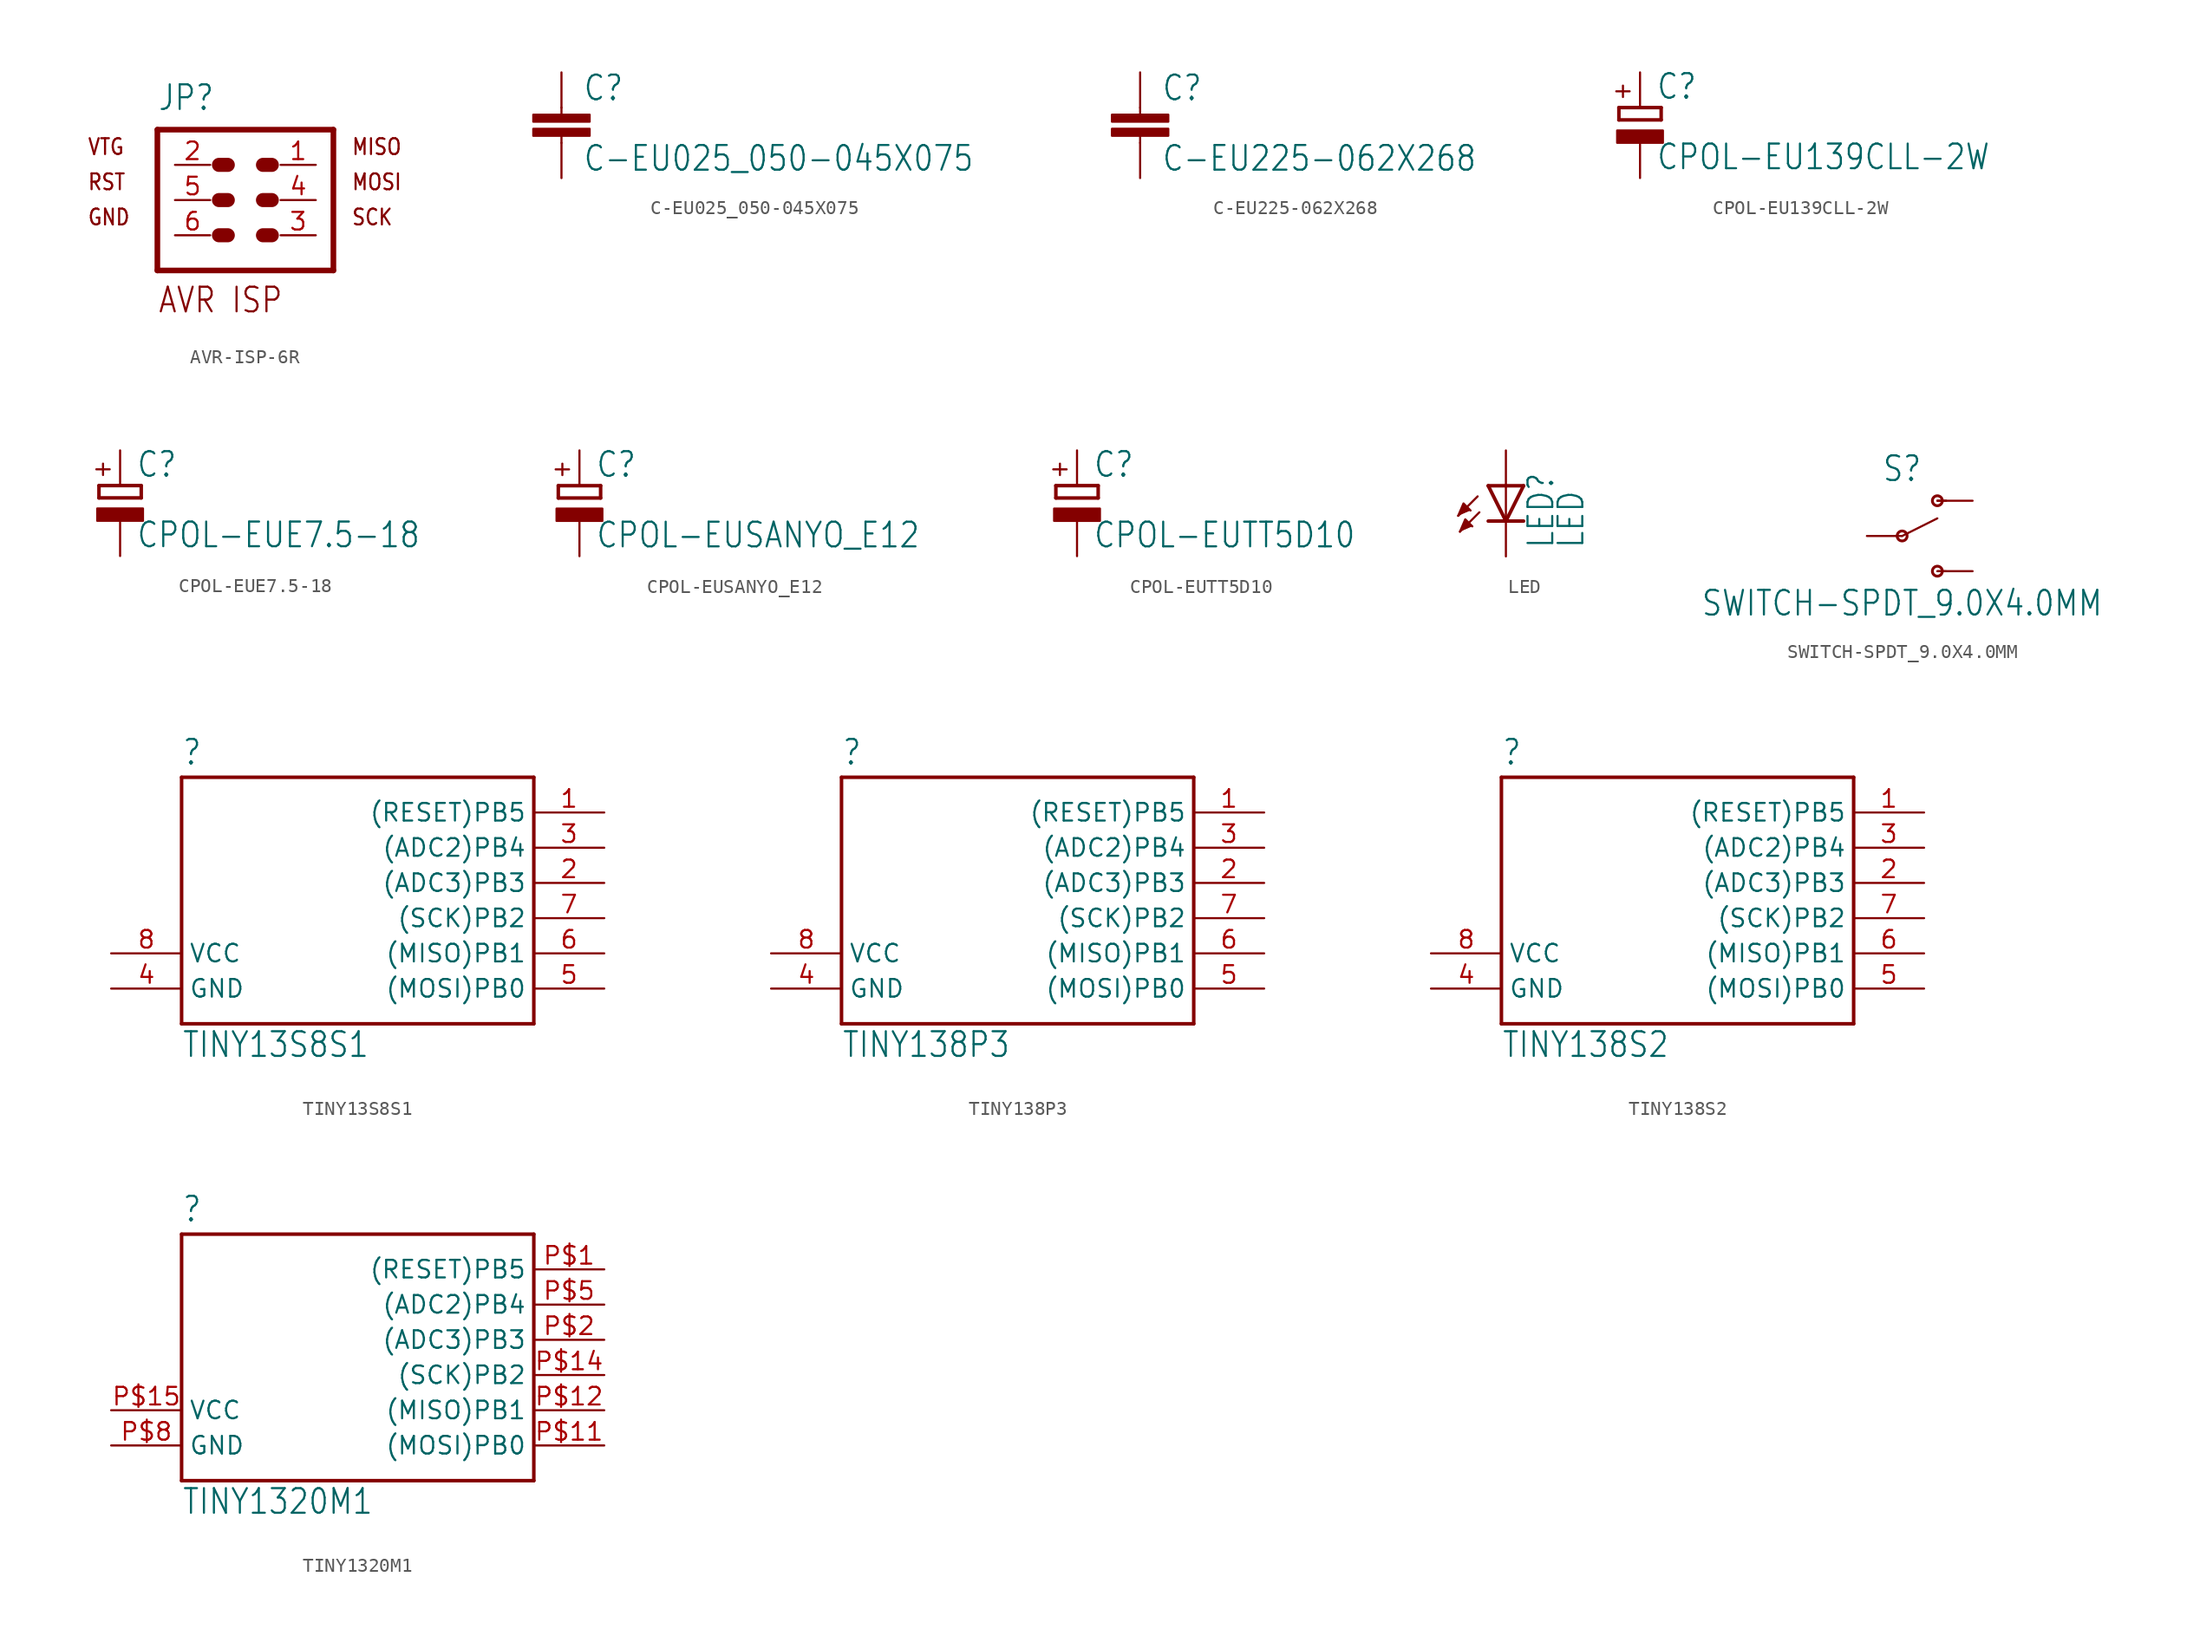
<source format=kicad_sym>
(kicad_symbol_lib
  (version 20211014)
  (generator kicad_symbol_editor)
  (symbol "AVR-ISP-6R"
    (property "Reference" "JP"
      (at -6.35 6.35 0)
      (effects (font (size 1.778 1.511)) (justify left bottom)))
    (property "ki_locked" ""
      (at 0 0 0)
      (effects (font (size 1.27 1.27))))
    (symbol "AVR-ISP-6R_1_0"
      (polyline (pts (xy -6.35 -5.08) (xy 6.35 -5.08)) (stroke (width 0.406) (type default) (color 0 0 0 0)) (fill (type none)))
      (polyline (pts (xy -6.35 5.08) (xy -6.35 -5.08)) (stroke (width 0.406) (type default) (color 0 0 0 0)) (fill (type none)))
      (polyline (pts (xy -1.905 -2.54) (xy -1.27 -2.54)) (stroke (width 1.016) (type default) (color 0 0 0 0)) (fill (type none)))
      (polyline (pts (xy -1.905 0) (xy -1.27 0)) (stroke (width 1.016) (type default) (color 0 0 0 0)) (fill (type none)))
      (polyline (pts (xy -1.905 2.54) (xy -1.27 2.54)) (stroke (width 1.016) (type default) (color 0 0 0 0)) (fill (type none)))
      (polyline (pts (xy 1.27 -2.54) (xy 1.905 -2.54)) (stroke (width 1.016) (type default) (color 0 0 0 0)) (fill (type none)))
      (polyline (pts (xy 1.27 0) (xy 1.905 0)) (stroke (width 1.016) (type default) (color 0 0 0 0)) (fill (type none)))
      (polyline (pts (xy 1.27 2.54) (xy 1.905 2.54)) (stroke (width 1.016) (type default) (color 0 0 0 0)) (fill (type none)))
      (polyline (pts (xy 6.35 -5.08) (xy 6.35 5.08)) (stroke (width 0.406) (type default) (color 0 0 0 0)) (fill (type none)))
      (polyline (pts (xy 6.35 5.08) (xy -6.35 5.08)) (stroke (width 0.406) (type default) (color 0 0 0 0)) (fill (type none)))
      (text "AVR ISP" (at -6.35 -8.255 0) (effects (font (size 1.778 1.511)) (justify left bottom)))
      (text "GND" (at -11.43 -1.905 0) (effects (font (size 1.143 0.972)) (justify left bottom)))
      (text "MISO" (at 7.62 3.175 0) (effects (font (size 1.143 0.972)) (justify left bottom)))
      (text "MOSI" (at 7.62 0.635 0) (effects (font (size 1.143 0.972)) (justify left bottom)))
      (text "RST" (at -11.43 0.635 0) (effects (font (size 1.143 0.972)) (justify left bottom)))
      (text "SCK" (at 7.62 -1.905 0) (effects (font (size 1.143 0.972)) (justify left bottom)))
      (text "VTG" (at -11.43 3.175 0) (effects (font (size 1.143 0.972)) (justify left bottom)))
      (pin passive line (at 5.08 2.54 180) (length 2.54) (name "1" (effects (font (size 0 0)))) (number "1" (effects (font (size 1.27 1.27)))))
      (pin passive line (at -5.08 2.54 0) (length 2.54) (name "2" (effects (font (size 0 0)))) (number "2" (effects (font (size 1.27 1.27)))))
      (pin passive line (at 5.08 -2.54 180) (length 2.54) (name "3" (effects (font (size 0 0)))) (number "3" (effects (font (size 1.27 1.27)))))
      (pin passive line (at 5.08 0 180) (length 2.54) (name "4" (effects (font (size 0 0)))) (number "4" (effects (font (size 1.27 1.27)))))
      (pin passive line (at -5.08 0 0) (length 2.54) (name "5" (effects (font (size 0 0)))) (number "5" (effects (font (size 1.27 1.27)))))
      (pin passive line (at -5.08 -2.54 0) (length 2.54) (name "6" (effects (font (size 0 0)))) (number "6" (effects (font (size 1.27 1.27)))))))
  (symbol "C-EU025_050-045X075"
    (property "Reference" "C"
      (at 1.524 0.381 0)
      (effects (font (size 1.778 1.511)) (justify left bottom)))
    (property "Value" "C-EU025_050-045X075"
      (at 1.524 -4.699 0)
      (effects (font (size 1.778 1.511)) (justify left bottom)))
    (property "ki_locked" ""
      (at 0 0 0)
      (effects (font (size 1.27 1.27))))
    (symbol "C-EU025_050-045X075_1_0"
      (rectangle (start -2.032 -2.032) (end 2.032 -1.524) (stroke (width 0) (type default) (color 0 0 0 0)) (fill (type outline)))
      (rectangle (start -2.032 -1.016) (end 2.032 -0.508) (stroke (width 0) (type default) (color 0 0 0 0)) (fill (type outline)))
      (polyline (pts (xy 0 -2.54) (xy 0 -2.032)) (stroke (width 0.152) (type default) (color 0 0 0 0)) (fill (type none)))
      (polyline (pts (xy 0 0) (xy 0 -0.508)) (stroke (width 0.152) (type default) (color 0 0 0 0)) (fill (type none)))
      (pin passive line (at 0 2.54 270) (length 2.54) (name "1" (effects (font (size 0 0)))) (number "1" (effects (font (size 0 0)))))
      (pin passive line (at 0 -5.08 90) (length 2.54) (name "2" (effects (font (size 0 0)))) (number "2" (effects (font (size 0 0)))))))
  (symbol "C-EU225-062X268"
    (property "Reference" "C"
      (at 1.524 0.381 0)
      (effects (font (size 1.778 1.511)) (justify left bottom)))
    (property "Value" "C-EU225-062X268"
      (at 1.524 -4.699 0)
      (effects (font (size 1.778 1.511)) (justify left bottom)))
    (property "ki_locked" ""
      (at 0 0 0)
      (effects (font (size 1.27 1.27))))
    (symbol "C-EU225-062X268_1_0"
      (rectangle (start -2.032 -2.032) (end 2.032 -1.524) (stroke (width 0) (type default) (color 0 0 0 0)) (fill (type outline)))
      (rectangle (start -2.032 -1.016) (end 2.032 -0.508) (stroke (width 0) (type default) (color 0 0 0 0)) (fill (type outline)))
      (polyline (pts (xy 0 -2.54) (xy 0 -2.032)) (stroke (width 0.152) (type default) (color 0 0 0 0)) (fill (type none)))
      (polyline (pts (xy 0 0) (xy 0 -0.508)) (stroke (width 0.152) (type default) (color 0 0 0 0)) (fill (type none)))
      (pin passive line (at 0 2.54 270) (length 2.54) (name "1" (effects (font (size 0 0)))) (number "1" (effects (font (size 0 0)))))
      (pin passive line (at 0 -5.08 90) (length 2.54) (name "2" (effects (font (size 0 0)))) (number "2" (effects (font (size 0 0)))))))
  (symbol "CPOL-EU139CLL-2W"
    (property "Reference" "C"
      (at 1.143 0.483 0)
      (effects (font (size 1.778 1.511)) (justify left bottom)))
    (property "Value" "CPOL-EU139CLL-2W"
      (at 1.143 -4.597 0)
      (effects (font (size 1.778 1.511)) (justify left bottom)))
    (property "ki_locked" ""
      (at 0 0 0)
      (effects (font (size 1.27 1.27))))
    (symbol "CPOL-EU139CLL-2W_1_0"
      (rectangle (start -1.651 -2.54) (end 1.651 -1.651) (stroke (width 0) (type default) (color 0 0 0 0)) (fill (type outline)))
      (polyline (pts (xy -1.524 -0.889) (xy 1.524 -0.889)) (stroke (width 0.254) (type default) (color 0 0 0 0)) (fill (type none)))
      (polyline (pts (xy -1.524 0) (xy -1.524 -0.889)) (stroke (width 0.254) (type default) (color 0 0 0 0)) (fill (type none)))
      (polyline (pts (xy -1.524 0) (xy 1.524 0)) (stroke (width 0.254) (type default) (color 0 0 0 0)) (fill (type none)))
      (polyline (pts (xy 1.524 -0.889) (xy 1.524 0)) (stroke (width 0.254) (type default) (color 0 0 0 0)) (fill (type none)))
      (text "+" (at -0.584 0.406 900) (effects (font (size 1.27 1.079)) (justify left bottom)))
      (pin passive line (at 0 2.54 270) (length 2.54) (name "+" (effects (font (size 0 0)))) (number "+" (effects (font (size 0 0)))))
      (pin passive line (at 0 -5.08 90) (length 2.54) (name "-" (effects (font (size 0 0)))) (number "-" (effects (font (size 0 0)))))))
  (symbol "CPOL-EUE7.5-18"
    (property "Reference" "C"
      (at 1.143 0.483 0)
      (effects (font (size 1.778 1.511)) (justify left bottom)))
    (property "Value" "CPOL-EUE7.5-18"
      (at 1.143 -4.597 0)
      (effects (font (size 1.778 1.511)) (justify left bottom)))
    (property "ki_locked" ""
      (at 0 0 0)
      (effects (font (size 1.27 1.27))))
    (symbol "CPOL-EUE7.5-18_1_0"
      (rectangle (start -1.651 -2.54) (end 1.651 -1.651) (stroke (width 0) (type default) (color 0 0 0 0)) (fill (type outline)))
      (polyline (pts (xy -1.524 -0.889) (xy 1.524 -0.889)) (stroke (width 0.254) (type default) (color 0 0 0 0)) (fill (type none)))
      (polyline (pts (xy -1.524 0) (xy -1.524 -0.889)) (stroke (width 0.254) (type default) (color 0 0 0 0)) (fill (type none)))
      (polyline (pts (xy -1.524 0) (xy 1.524 0)) (stroke (width 0.254) (type default) (color 0 0 0 0)) (fill (type none)))
      (polyline (pts (xy 1.524 -0.889) (xy 1.524 0)) (stroke (width 0.254) (type default) (color 0 0 0 0)) (fill (type none)))
      (text "+" (at -0.584 0.406 900) (effects (font (size 1.27 1.079)) (justify left bottom)))
      (pin passive line (at 0 2.54 270) (length 2.54) (name "+" (effects (font (size 0 0)))) (number "+" (effects (font (size 0 0)))))
      (pin passive line (at 0 -5.08 90) (length 2.54) (name "-" (effects (font (size 0 0)))) (number "-" (effects (font (size 0 0)))))))
  (symbol "CPOL-EUSANYO_E12"
    (property "Reference" "C"
      (at 1.143 0.483 0)
      (effects (font (size 1.778 1.511)) (justify left bottom)))
    (property "Value" "CPOL-EUSANYO_E12"
      (at 1.143 -4.597 0)
      (effects (font (size 1.778 1.511)) (justify left bottom)))
    (property "ki_locked" ""
      (at 0 0 0)
      (effects (font (size 1.27 1.27))))
    (symbol "CPOL-EUSANYO_E12_1_0"
      (rectangle (start -1.651 -2.54) (end 1.651 -1.651) (stroke (width 0) (type default) (color 0 0 0 0)) (fill (type outline)))
      (polyline (pts (xy -1.524 -0.889) (xy 1.524 -0.889)) (stroke (width 0.254) (type default) (color 0 0 0 0)) (fill (type none)))
      (polyline (pts (xy -1.524 0) (xy -1.524 -0.889)) (stroke (width 0.254) (type default) (color 0 0 0 0)) (fill (type none)))
      (polyline (pts (xy -1.524 0) (xy 1.524 0)) (stroke (width 0.254) (type default) (color 0 0 0 0)) (fill (type none)))
      (polyline (pts (xy 1.524 -0.889) (xy 1.524 0)) (stroke (width 0.254) (type default) (color 0 0 0 0)) (fill (type none)))
      (text "+" (at -0.584 0.406 900) (effects (font (size 1.27 1.079)) (justify left bottom)))
      (pin passive line (at 0 2.54 270) (length 2.54) (name "+" (effects (font (size 0 0)))) (number "+" (effects (font (size 0 0)))))
      (pin passive line (at 0 -5.08 90) (length 2.54) (name "-" (effects (font (size 0 0)))) (number "-" (effects (font (size 0 0)))))))
  (symbol "CPOL-EUTT5D10"
    (property "Reference" "C"
      (at 1.143 0.483 0)
      (effects (font (size 1.778 1.511)) (justify left bottom)))
    (property "Value" "CPOL-EUTT5D10"
      (at 1.143 -4.597 0)
      (effects (font (size 1.778 1.511)) (justify left bottom)))
    (property "ki_locked" ""
      (at 0 0 0)
      (effects (font (size 1.27 1.27))))
    (symbol "CPOL-EUTT5D10_1_0"
      (rectangle (start -1.651 -2.54) (end 1.651 -1.651) (stroke (width 0) (type default) (color 0 0 0 0)) (fill (type outline)))
      (polyline (pts (xy -1.524 -0.889) (xy 1.524 -0.889)) (stroke (width 0.254) (type default) (color 0 0 0 0)) (fill (type none)))
      (polyline (pts (xy -1.524 0) (xy -1.524 -0.889)) (stroke (width 0.254) (type default) (color 0 0 0 0)) (fill (type none)))
      (polyline (pts (xy -1.524 0) (xy 1.524 0)) (stroke (width 0.254) (type default) (color 0 0 0 0)) (fill (type none)))
      (polyline (pts (xy 1.524 -0.889) (xy 1.524 0)) (stroke (width 0.254) (type default) (color 0 0 0 0)) (fill (type none)))
      (text "+" (at -0.584 0.406 900) (effects (font (size 1.27 1.079)) (justify left bottom)))
      (pin passive line (at 0 2.54 270) (length 2.54) (name "+" (effects (font (size 0 0)))) (number "+" (effects (font (size 0 0)))))
      (pin passive line (at 0 -5.08 90) (length 2.54) (name "-" (effects (font (size 0 0)))) (number "-" (effects (font (size 0 0)))))))
  (symbol "LED"
    (property "Reference" "LED"
      (at 3.556 -4.572 90)
      (effects (font (size 1.778 1.511)) (justify left bottom)))
    (property "Value" "LED"
      (at 5.715 -4.572 90)
      (effects (font (size 1.778 1.511)) (justify left bottom)))
    (property "ki_locked" ""
      (at 0 0 0)
      (effects (font (size 1.27 1.27))))
    (symbol "LED_1_0"
      (polyline (pts (xy -2.032 -0.762) (xy -3.429 -2.159)) (stroke (width 0.152) (type default) (color 0 0 0 0)) (fill (type none)))
      (polyline (pts (xy -1.905 -1.905) (xy -3.302 -3.302)) (stroke (width 0.152) (type default) (color 0 0 0 0)) (fill (type none)))
      (polyline (pts (xy 0 -2.54) (xy -1.27 -2.54)) (stroke (width 0.254) (type default) (color 0 0 0 0)) (fill (type none)))
      (polyline (pts (xy 0 -2.54) (xy -1.27 0)) (stroke (width 0.254) (type default) (color 0 0 0 0)) (fill (type none)))
      (polyline (pts (xy 0 0) (xy -1.27 0)) (stroke (width 0.254) (type default) (color 0 0 0 0)) (fill (type none)))
      (polyline (pts (xy 0 0) (xy 0 -2.54)) (stroke (width 0.152) (type default) (color 0 0 0 0)) (fill (type none)))
      (polyline (pts (xy 1.27 -2.54) (xy 0 -2.54)) (stroke (width 0.254) (type default) (color 0 0 0 0)) (fill (type none)))
      (polyline (pts (xy 1.27 0) (xy 0 -2.54)) (stroke (width 0.254) (type default) (color 0 0 0 0)) (fill (type none)))
      (polyline (pts (xy 1.27 0) (xy 0 0)) (stroke (width 0.254) (type default) (color 0 0 0 0)) (fill (type none)))
      (polyline (pts (xy -3.429 -2.159) (xy -3.048 -1.27) (xy -2.54 -1.778)) (stroke (width 0) (type default) (color 0 0 0 0)) (fill (type outline)))
      (polyline (pts (xy -3.302 -3.302) (xy -2.921 -2.413) (xy -2.413 -2.921)) (stroke (width 0) (type default) (color 0 0 0 0)) (fill (type outline)))
      (pin passive line (at 0 2.54 270) (length 2.54) (name "A" (effects (font (size 0 0)))) (number "A@1" (effects (font (size 0 0)))))
      (pin passive line (at 0 -5.08 90) (length 2.54) (name "C" (effects (font (size 0 0)))) (number "C@1" (effects (font (size 0 0)))))))
  (symbol "SWITCH-SPDT_9.0X4.0MM"
    (property "Reference" "S"
      (at 0 3.81 0)
      (effects (font (size 1.778 1.511)) (justify bottom)))
    (property "Value" "SWITCH-SPDT_9.0X4.0MM"
      (at 0 -3.81 0)
      (effects (font (size 1.778 1.511)) (justify top)))
    (property "ki_locked" ""
      (at 0 0 0)
      (effects (font (size 1.27 1.27))))
    (symbol "SWITCH-SPDT_9.0X4.0MM_1_0"
      (polyline (pts (xy 0 0) (xy 2.54 1.27)) (stroke (width 0.152) (type default) (color 0 0 0 0)) (fill (type none)))
      (polyline (pts (xy 2.54 -2.54) (xy 3.175 -2.54)) (stroke (width 0.127) (type default) (color 0 0 0 0)) (fill (type none)))
      (polyline (pts (xy 2.54 2.54) (xy 3.175 2.54)) (stroke (width 0.152) (type default) (color 0 0 0 0)) (fill (type none)))
      (circle (center 0 0) (radius 0.359) (stroke (width 0.203) (type default) (color 0 0 0 0)) (fill (type none)))
      (circle (center 2.54 -2.54) (radius 0.359) (stroke (width 0.203) (type default) (color 0 0 0 0)) (fill (type none)))
      (circle (center 2.54 2.54) (radius 0.359) (stroke (width 0.203) (type default) (color 0 0 0 0)) (fill (type none)))
      (pin passive line (at 5.08 2.54 180) (length 2.54) (name "O" (effects (font (size 0 0)))) (number "1" (effects (font (size 0 0)))))
      (pin passive line (at -2.54 0 0) (length 2.54) (name "P" (effects (font (size 0 0)))) (number "2" (effects (font (size 0 0)))))
      (pin passive line (at 5.08 -2.54 180) (length 2.54) (name "S" (effects (font (size 0 0)))) (number "3" (effects (font (size 0 0)))))))
  (symbol "TINY13S8S1"
    (property "Reference" ""
      (at -12.7 8.382 0)
      (effects (font (size 1.778 1.511)) (justify left bottom)))
    (property "Value" "TINY13S8S1"
      (at -12.7 -12.7 0)
      (effects (font (size 1.778 1.511)) (justify left bottom)))
    (property "ki_locked" ""
      (at 0 0 0)
      (effects (font (size 1.27 1.27))))
    (symbol "TINY13S8S1_1_0"
      (polyline (pts (xy -12.7 -10.16) (xy -12.7 7.62)) (stroke (width 0.254) (type default) (color 0 0 0 0)) (fill (type none)))
      (polyline (pts (xy -12.7 7.62) (xy 12.7 7.62)) (stroke (width 0.254) (type default) (color 0 0 0 0)) (fill (type none)))
      (polyline (pts (xy 12.7 -10.16) (xy -12.7 -10.16)) (stroke (width 0.254) (type default) (color 0 0 0 0)) (fill (type none)))
      (polyline (pts (xy 12.7 7.62) (xy 12.7 -10.16)) (stroke (width 0.254) (type default) (color 0 0 0 0)) (fill (type none)))
      (pin bidirectional line (at 17.78 5.08 180) (length 5.08) (name "(RESET)PB5" (effects (font (size 1.27 1.27)))) (number "1" (effects (font (size 1.27 1.27)))))
      (pin bidirectional line (at 17.78 0 180) (length 5.08) (name "(ADC3)PB3" (effects (font (size 1.27 1.27)))) (number "2" (effects (font (size 1.27 1.27)))))
      (pin bidirectional line (at 17.78 2.54 180) (length 5.08) (name "(ADC2)PB4" (effects (font (size 1.27 1.27)))) (number "3" (effects (font (size 1.27 1.27)))))
      (pin power_in line (at -17.78 -7.62 0) (length 5.08) (name "GND" (effects (font (size 1.27 1.27)))) (number "4" (effects (font (size 1.27 1.27)))))
      (pin bidirectional line (at 17.78 -7.62 180) (length 5.08) (name "(MOSI)PB0" (effects (font (size 1.27 1.27)))) (number "5" (effects (font (size 1.27 1.27)))))
      (pin bidirectional line (at 17.78 -5.08 180) (length 5.08) (name "(MISO)PB1" (effects (font (size 1.27 1.27)))) (number "6" (effects (font (size 1.27 1.27)))))
      (pin bidirectional line (at 17.78 -2.54 180) (length 5.08) (name "(SCK)PB2" (effects (font (size 1.27 1.27)))) (number "7" (effects (font (size 1.27 1.27)))))
      (pin power_in line (at -17.78 -5.08 0) (length 5.08) (name "VCC" (effects (font (size 1.27 1.27)))) (number "8" (effects (font (size 1.27 1.27)))))))
  (symbol "TINY138P3"
    (property "Reference" ""
      (at -12.7 8.382 0)
      (effects (font (size 1.778 1.511)) (justify left bottom)))
    (property "Value" "TINY138P3"
      (at -12.7 -12.7 0)
      (effects (font (size 1.778 1.511)) (justify left bottom)))
    (property "ki_locked" ""
      (at 0 0 0)
      (effects (font (size 1.27 1.27))))
    (symbol "TINY138P3_1_0"
      (polyline (pts (xy -12.7 -10.16) (xy -12.7 7.62)) (stroke (width 0.254) (type default) (color 0 0 0 0)) (fill (type none)))
      (polyline (pts (xy -12.7 7.62) (xy 12.7 7.62)) (stroke (width 0.254) (type default) (color 0 0 0 0)) (fill (type none)))
      (polyline (pts (xy 12.7 -10.16) (xy -12.7 -10.16)) (stroke (width 0.254) (type default) (color 0 0 0 0)) (fill (type none)))
      (polyline (pts (xy 12.7 7.62) (xy 12.7 -10.16)) (stroke (width 0.254) (type default) (color 0 0 0 0)) (fill (type none)))
      (pin bidirectional line (at 17.78 5.08 180) (length 5.08) (name "(RESET)PB5" (effects (font (size 1.27 1.27)))) (number "1" (effects (font (size 1.27 1.27)))))
      (pin bidirectional line (at 17.78 0 180) (length 5.08) (name "(ADC3)PB3" (effects (font (size 1.27 1.27)))) (number "2" (effects (font (size 1.27 1.27)))))
      (pin bidirectional line (at 17.78 2.54 180) (length 5.08) (name "(ADC2)PB4" (effects (font (size 1.27 1.27)))) (number "3" (effects (font (size 1.27 1.27)))))
      (pin power_in line (at -17.78 -7.62 0) (length 5.08) (name "GND" (effects (font (size 1.27 1.27)))) (number "4" (effects (font (size 1.27 1.27)))))
      (pin bidirectional line (at 17.78 -7.62 180) (length 5.08) (name "(MOSI)PB0" (effects (font (size 1.27 1.27)))) (number "5" (effects (font (size 1.27 1.27)))))
      (pin bidirectional line (at 17.78 -5.08 180) (length 5.08) (name "(MISO)PB1" (effects (font (size 1.27 1.27)))) (number "6" (effects (font (size 1.27 1.27)))))
      (pin bidirectional line (at 17.78 -2.54 180) (length 5.08) (name "(SCK)PB2" (effects (font (size 1.27 1.27)))) (number "7" (effects (font (size 1.27 1.27)))))
      (pin power_in line (at -17.78 -5.08 0) (length 5.08) (name "VCC" (effects (font (size 1.27 1.27)))) (number "8" (effects (font (size 1.27 1.27)))))))
  (symbol "TINY138S2"
    (property "Reference" ""
      (at -12.7 8.382 0)
      (effects (font (size 1.778 1.511)) (justify left bottom)))
    (property "Value" "TINY138S2"
      (at -12.7 -12.7 0)
      (effects (font (size 1.778 1.511)) (justify left bottom)))
    (property "ki_locked" ""
      (at 0 0 0)
      (effects (font (size 1.27 1.27))))
    (symbol "TINY138S2_1_0"
      (polyline (pts (xy -12.7 -10.16) (xy -12.7 7.62)) (stroke (width 0.254) (type default) (color 0 0 0 0)) (fill (type none)))
      (polyline (pts (xy -12.7 7.62) (xy 12.7 7.62)) (stroke (width 0.254) (type default) (color 0 0 0 0)) (fill (type none)))
      (polyline (pts (xy 12.7 -10.16) (xy -12.7 -10.16)) (stroke (width 0.254) (type default) (color 0 0 0 0)) (fill (type none)))
      (polyline (pts (xy 12.7 7.62) (xy 12.7 -10.16)) (stroke (width 0.254) (type default) (color 0 0 0 0)) (fill (type none)))
      (pin bidirectional line (at 17.78 5.08 180) (length 5.08) (name "(RESET)PB5" (effects (font (size 1.27 1.27)))) (number "1" (effects (font (size 1.27 1.27)))))
      (pin bidirectional line (at 17.78 0 180) (length 5.08) (name "(ADC3)PB3" (effects (font (size 1.27 1.27)))) (number "2" (effects (font (size 1.27 1.27)))))
      (pin bidirectional line (at 17.78 2.54 180) (length 5.08) (name "(ADC2)PB4" (effects (font (size 1.27 1.27)))) (number "3" (effects (font (size 1.27 1.27)))))
      (pin power_in line (at -17.78 -7.62 0) (length 5.08) (name "GND" (effects (font (size 1.27 1.27)))) (number "4" (effects (font (size 1.27 1.27)))))
      (pin bidirectional line (at 17.78 -7.62 180) (length 5.08) (name "(MOSI)PB0" (effects (font (size 1.27 1.27)))) (number "5" (effects (font (size 1.27 1.27)))))
      (pin bidirectional line (at 17.78 -5.08 180) (length 5.08) (name "(MISO)PB1" (effects (font (size 1.27 1.27)))) (number "6" (effects (font (size 1.27 1.27)))))
      (pin bidirectional line (at 17.78 -2.54 180) (length 5.08) (name "(SCK)PB2" (effects (font (size 1.27 1.27)))) (number "7" (effects (font (size 1.27 1.27)))))
      (pin power_in line (at -17.78 -5.08 0) (length 5.08) (name "VCC" (effects (font (size 1.27 1.27)))) (number "8" (effects (font (size 1.27 1.27)))))))
  (symbol "TINY1320M1"
    (property "Reference" ""
      (at -12.7 8.382 0)
      (effects (font (size 1.778 1.511)) (justify left bottom)))
    (property "Value" "TINY1320M1"
      (at -12.7 -12.7 0)
      (effects (font (size 1.778 1.511)) (justify left bottom)))
    (property "ki_locked" ""
      (at 0 0 0)
      (effects (font (size 1.27 1.27))))
    (symbol "TINY1320M1_1_0"
      (polyline (pts (xy -12.7 -10.16) (xy -12.7 7.62)) (stroke (width 0.254) (type default) (color 0 0 0 0)) (fill (type none)))
      (polyline (pts (xy -12.7 7.62) (xy 12.7 7.62)) (stroke (width 0.254) (type default) (color 0 0 0 0)) (fill (type none)))
      (polyline (pts (xy 12.7 -10.16) (xy -12.7 -10.16)) (stroke (width 0.254) (type default) (color 0 0 0 0)) (fill (type none)))
      (polyline (pts (xy 12.7 7.62) (xy 12.7 -10.16)) (stroke (width 0.254) (type default) (color 0 0 0 0)) (fill (type none)))
      (pin bidirectional line (at 17.78 5.08 180) (length 5.08) (name "(RESET)PB5" (effects (font (size 1.27 1.27)))) (number "P$1" (effects (font (size 1.27 1.27)))))
      (pin bidirectional line (at 17.78 -7.62 180) (length 5.08) (name "(MOSI)PB0" (effects (font (size 1.27 1.27)))) (number "P$11" (effects (font (size 1.27 1.27)))))
      (pin bidirectional line (at 17.78 -5.08 180) (length 5.08) (name "(MISO)PB1" (effects (font (size 1.27 1.27)))) (number "P$12" (effects (font (size 1.27 1.27)))))
      (pin bidirectional line (at 17.78 -2.54 180) (length 5.08) (name "(SCK)PB2" (effects (font (size 1.27 1.27)))) (number "P$14" (effects (font (size 1.27 1.27)))))
      (pin power_in line (at -17.78 -5.08 0) (length 5.08) (name "VCC" (effects (font (size 1.27 1.27)))) (number "P$15" (effects (font (size 1.27 1.27)))))
      (pin bidirectional line (at 17.78 0 180) (length 5.08) (name "(ADC3)PB3" (effects (font (size 1.27 1.27)))) (number "P$2" (effects (font (size 1.27 1.27)))))
      (pin bidirectional line (at 17.78 2.54 180) (length 5.08) (name "(ADC2)PB4" (effects (font (size 1.27 1.27)))) (number "P$5" (effects (font (size 1.27 1.27)))))
      (pin power_in line (at -17.78 -7.62 0) (length 5.08) (name "GND" (effects (font (size 1.27 1.27)))) (number "P$8" (effects (font (size 1.27 1.27))))))))
</source>
